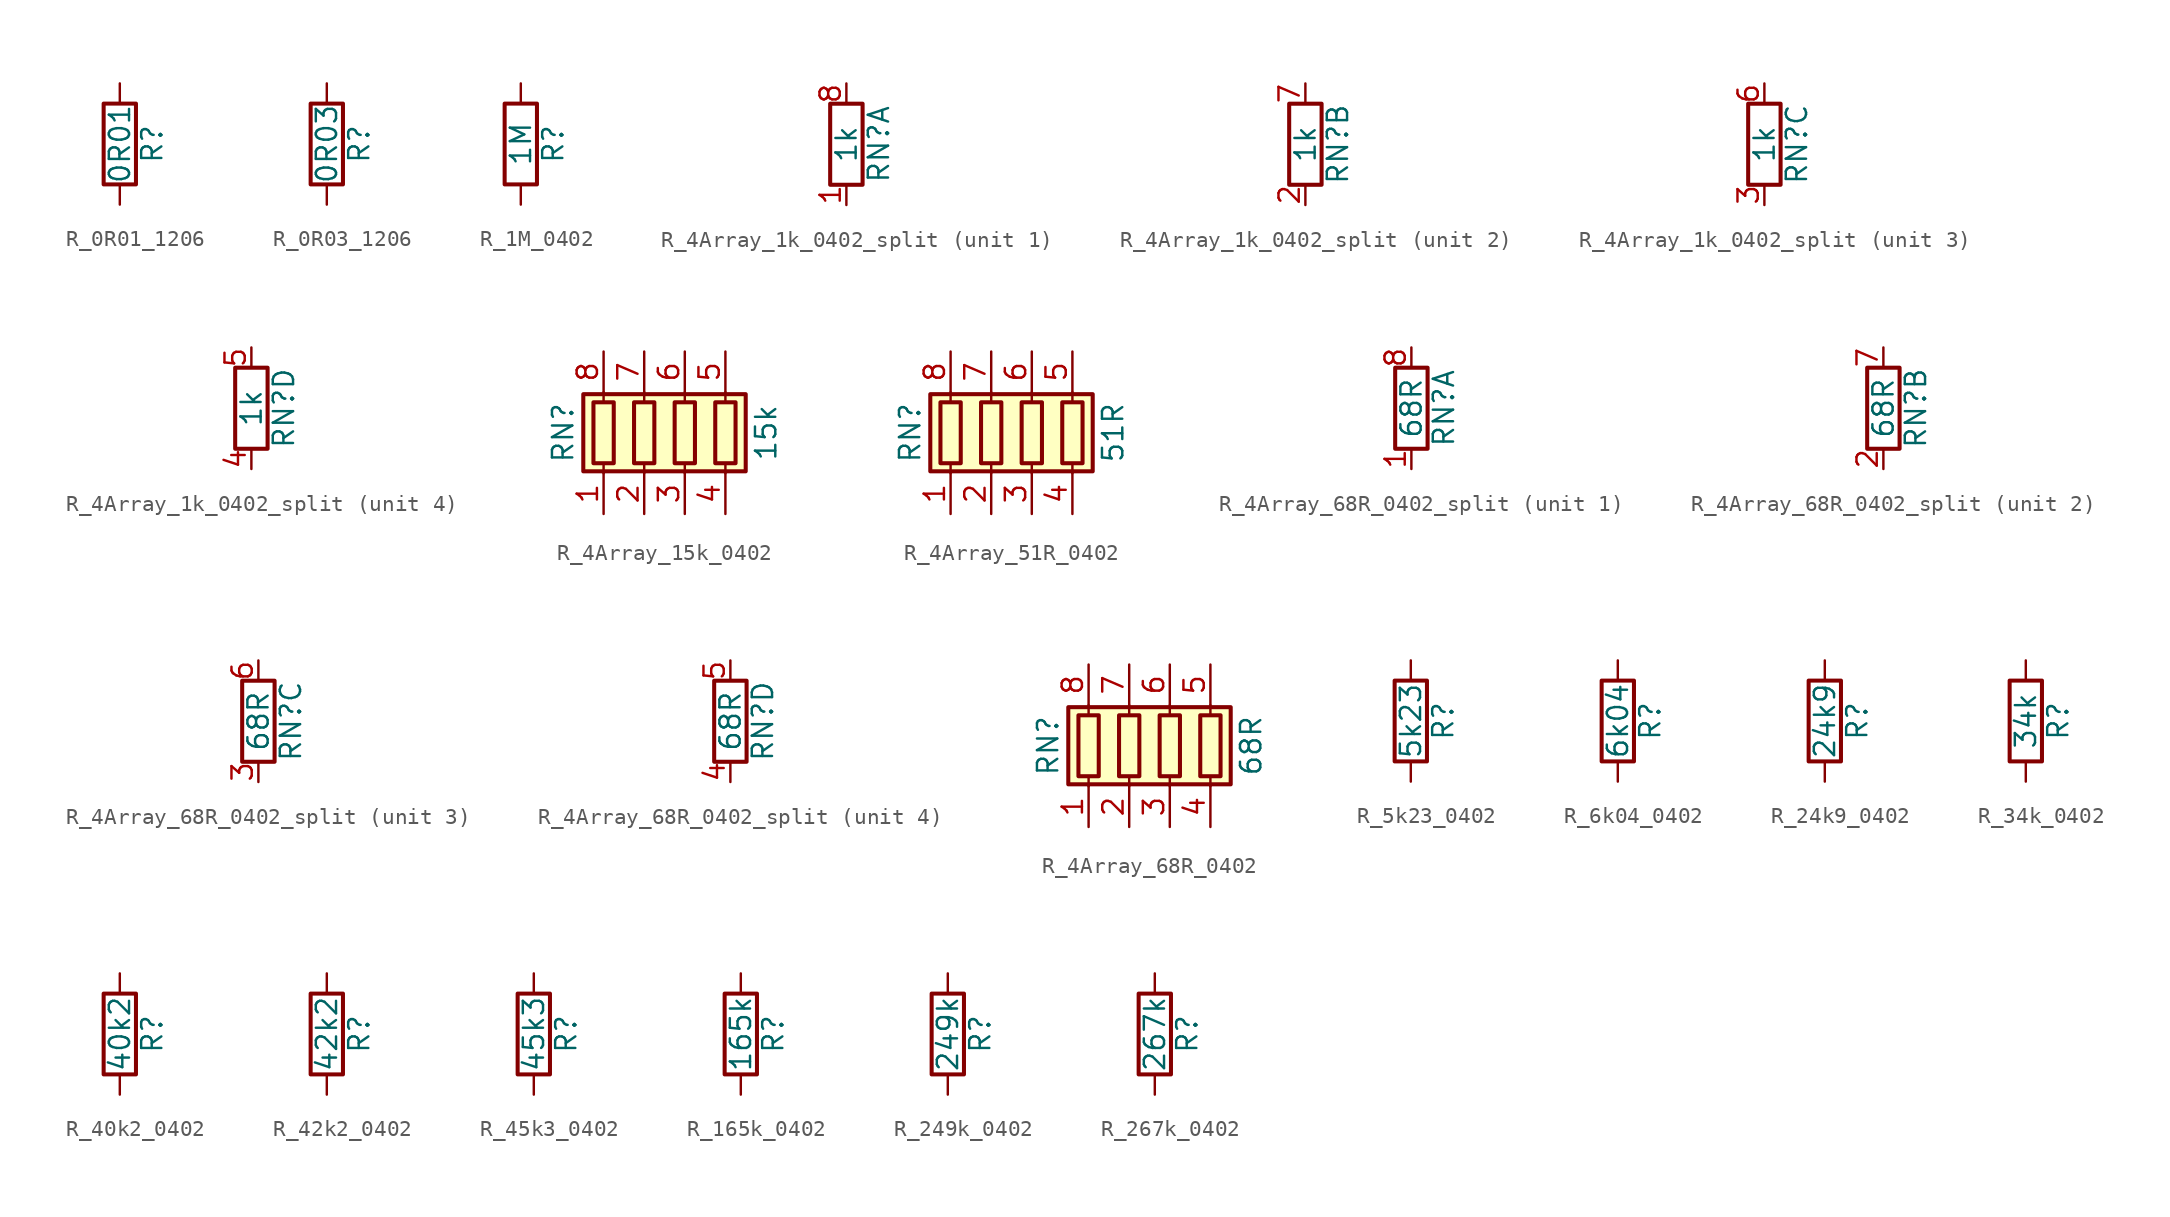
<source format=kicad_sym>
(kicad_symbol_lib
  (version 20220914)
  (generator kicad_symbol_editor)
  (symbol "R_0R01_1206"
    (pin_numbers hide)
    (pin_names
      (offset 0))
    (property "Reference" "R"
      (at 2.032 0 90)
      (effects (font (size 1.27 1.27))))
    (property "Value" "0R01"
      (at 0 0 90)
      (effects (font (size 1.27 1.27))))
    (symbol "R_0R01_1206_0_1"
      (rectangle (start -1.016 -2.54) (end 1.016 2.54) (stroke (width 0.254) (type default)) (fill (type none))))
    (symbol "R_0R01_1206_1_1"
      (pin passive line (at 0 3.81 270) (length 1.27) (name "~" (effects (font (size 1.27 1.27)))) (number "1" (effects (font (size 1.27 1.27)))))
      (pin passive line (at 0 -3.81 90) (length 1.27) (name "~" (effects (font (size 1.27 1.27)))) (number "2" (effects (font (size 1.27 1.27)))))))
  (symbol "R_0R03_1206"
    (pin_numbers hide)
    (pin_names
      (offset 0))
    (property "Reference" "R"
      (at 2.032 0 90)
      (effects (font (size 1.27 1.27))))
    (property "Value" "0R03"
      (at 0 0 90)
      (effects (font (size 1.27 1.27))))
    (symbol "R_0R03_1206_0_1"
      (rectangle (start -1.016 -2.54) (end 1.016 2.54) (stroke (width 0.254) (type default)) (fill (type none))))
    (symbol "R_0R03_1206_1_1"
      (pin passive line (at 0 3.81 270) (length 1.27) (name "~" (effects (font (size 1.27 1.27)))) (number "1" (effects (font (size 1.27 1.27)))))
      (pin passive line (at 0 -3.81 90) (length 1.27) (name "~" (effects (font (size 1.27 1.27)))) (number "2" (effects (font (size 1.27 1.27)))))))
  (symbol "R_1M_0402"
    (pin_numbers hide)
    (pin_names
      (offset 0))
    (property "Reference" "R"
      (at 2.032 0 90)
      (effects (font (size 1.27 1.27))))
    (property "Value" "1M"
      (at 0 0 90)
      (effects (font (size 1.27 1.27))))
    (symbol "R_1M_0402_0_1"
      (rectangle (start -1.016 -2.54) (end 1.016 2.54) (stroke (width 0.254) (type default)) (fill (type none))))
    (symbol "R_1M_0402_1_1"
      (pin passive line (at 0 3.81 270) (length 1.27) (name "~" (effects (font (size 1.27 1.27)))) (number "1" (effects (font (size 1.27 1.27)))))
      (pin passive line (at 0 -3.81 90) (length 1.27) (name "~" (effects (font (size 1.27 1.27)))) (number "2" (effects (font (size 1.27 1.27)))))))
  (symbol "R_4Array_1k_0402_split"
    (pin_names
      (offset 0) hide)
    (property "Reference" "RN"
      (at 2.032 0 90)
      (effects (font (size 1.27 1.27))))
    (property "Value" "1k"
      (at 0 0 90)
      (effects (font (size 1.27 1.27))))
    (symbol "R_4Array_1k_0402_split_0_1"
      (rectangle (start 1.016 2.54) (end -1.016 -2.54) (stroke (width 0.254) (type default)) (fill (type none))))
    (symbol "R_4Array_1k_0402_split_1_1"
      (pin passive line (at 0 -3.81 90) (length 1.27) (name "R1.1" (effects (font (size 1.27 1.27)))) (number "1" (effects (font (size 1.27 1.27)))))
      (pin passive line (at 0 3.81 270) (length 1.27) (name "R1.2" (effects (font (size 1.27 1.27)))) (number "8" (effects (font (size 1.27 1.27))))))
    (symbol "R_4Array_1k_0402_split_2_1"
      (pin passive line (at 0 -3.81 90) (length 1.27) (name "R2.1" (effects (font (size 1.27 1.27)))) (number "2" (effects (font (size 1.27 1.27)))))
      (pin passive line (at 0 3.81 270) (length 1.27) (name "R2.2" (effects (font (size 1.27 1.27)))) (number "7" (effects (font (size 1.27 1.27))))))
    (symbol "R_4Array_1k_0402_split_3_1"
      (pin passive line (at 0 -3.81 90) (length 1.27) (name "R3.1" (effects (font (size 1.27 1.27)))) (number "3" (effects (font (size 1.27 1.27)))))
      (pin passive line (at 0 3.81 270) (length 1.27) (name "R3.2" (effects (font (size 1.27 1.27)))) (number "6" (effects (font (size 1.27 1.27))))))
    (symbol "R_4Array_1k_0402_split_4_1"
      (pin passive line (at 0 -3.81 90) (length 1.27) (name "R4.1" (effects (font (size 1.27 1.27)))) (number "4" (effects (font (size 1.27 1.27)))))
      (pin passive line (at 0 3.81 270) (length 1.27) (name "R4.2" (effects (font (size 1.27 1.27)))) (number "5" (effects (font (size 1.27 1.27)))))))
  (symbol "R_4Array_15k_0402"
    (pin_names
      (offset 0) hide)
    (property "Reference" "RN"
      (at -7.62 0 90)
      (effects (font (size 1.27 1.27))))
    (property "Value" "15k"
      (at 5.08 0 90)
      (effects (font (size 1.27 1.27))))
    (symbol "R_4Array_15k_0402_0_1"
      (rectangle (start -6.35 -2.413) (end 3.81 2.413) (stroke (width 0.254) (type default)) (fill (type background)))
      (rectangle (start -5.715 1.905) (end -4.445 -1.905) (stroke (width 0.254) (type default)) (fill (type none)))
      (rectangle (start -3.175 1.905) (end -1.905 -1.905) (stroke (width 0.254) (type default)) (fill (type none)))
      (rectangle (start -0.635 1.905) (end 0.635 -1.905) (stroke (width 0.254) (type default)) (fill (type none)))
      (polyline (pts (xy -5.08 -2.54) (xy -5.08 -1.905)) (stroke (width 0) (type default)) (fill (type none)))
      (polyline (pts (xy -5.08 1.905) (xy -5.08 2.54)) (stroke (width 0) (type default)) (fill (type none)))
      (polyline (pts (xy -2.54 -2.54) (xy -2.54 -1.905)) (stroke (width 0) (type default)) (fill (type none)))
      (polyline (pts (xy -2.54 1.905) (xy -2.54 2.54)) (stroke (width 0) (type default)) (fill (type none)))
      (polyline (pts (xy 0 -2.54) (xy 0 -1.905)) (stroke (width 0) (type default)) (fill (type none)))
      (polyline (pts (xy 0 1.905) (xy 0 2.54)) (stroke (width 0) (type default)) (fill (type none)))
      (polyline (pts (xy 2.54 -2.54) (xy 2.54 -1.905)) (stroke (width 0) (type default)) (fill (type none)))
      (polyline (pts (xy 2.54 1.905) (xy 2.54 2.54)) (stroke (width 0) (type default)) (fill (type none)))
      (rectangle (start 1.905 1.905) (end 3.175 -1.905) (stroke (width 0.254) (type default)) (fill (type none))))
    (symbol "R_4Array_15k_0402_1_1"
      (pin passive line (at -5.08 -5.08 90) (length 2.54) (name "R1.1" (effects (font (size 1.27 1.27)))) (number "1" (effects (font (size 1.27 1.27)))))
      (pin passive line (at -2.54 -5.08 90) (length 2.54) (name "R2.1" (effects (font (size 1.27 1.27)))) (number "2" (effects (font (size 1.27 1.27)))))
      (pin passive line (at 0 -5.08 90) (length 2.54) (name "R3.1" (effects (font (size 1.27 1.27)))) (number "3" (effects (font (size 1.27 1.27)))))
      (pin passive line (at 2.54 -5.08 90) (length 2.54) (name "R4.1" (effects (font (size 1.27 1.27)))) (number "4" (effects (font (size 1.27 1.27)))))
      (pin passive line (at 2.54 5.08 270) (length 2.54) (name "R4.2" (effects (font (size 1.27 1.27)))) (number "5" (effects (font (size 1.27 1.27)))))
      (pin passive line (at 0 5.08 270) (length 2.54) (name "R3.2" (effects (font (size 1.27 1.27)))) (number "6" (effects (font (size 1.27 1.27)))))
      (pin passive line (at -2.54 5.08 270) (length 2.54) (name "R2.2" (effects (font (size 1.27 1.27)))) (number "7" (effects (font (size 1.27 1.27)))))
      (pin passive line (at -5.08 5.08 270) (length 2.54) (name "R1.2" (effects (font (size 1.27 1.27)))) (number "8" (effects (font (size 1.27 1.27)))))))
  (symbol "R_4Array_51R_0402"
    (pin_names
      (offset 0) hide)
    (property "Reference" "RN"
      (at -7.62 0 90)
      (effects (font (size 1.27 1.27))))
    (property "Value" "51R"
      (at 5.08 0 90)
      (effects (font (size 1.27 1.27))))
    (symbol "R_4Array_51R_0402_0_1"
      (rectangle (start -6.35 -2.413) (end 3.81 2.413) (stroke (width 0.254) (type default)) (fill (type background)))
      (rectangle (start -5.715 1.905) (end -4.445 -1.905) (stroke (width 0.254) (type default)) (fill (type none)))
      (rectangle (start -3.175 1.905) (end -1.905 -1.905) (stroke (width 0.254) (type default)) (fill (type none)))
      (rectangle (start -0.635 1.905) (end 0.635 -1.905) (stroke (width 0.254) (type default)) (fill (type none)))
      (polyline (pts (xy -5.08 -2.54) (xy -5.08 -1.905)) (stroke (width 0) (type default)) (fill (type none)))
      (polyline (pts (xy -5.08 1.905) (xy -5.08 2.54)) (stroke (width 0) (type default)) (fill (type none)))
      (polyline (pts (xy -2.54 -2.54) (xy -2.54 -1.905)) (stroke (width 0) (type default)) (fill (type none)))
      (polyline (pts (xy -2.54 1.905) (xy -2.54 2.54)) (stroke (width 0) (type default)) (fill (type none)))
      (polyline (pts (xy 0 -2.54) (xy 0 -1.905)) (stroke (width 0) (type default)) (fill (type none)))
      (polyline (pts (xy 0 1.905) (xy 0 2.54)) (stroke (width 0) (type default)) (fill (type none)))
      (polyline (pts (xy 2.54 -2.54) (xy 2.54 -1.905)) (stroke (width 0) (type default)) (fill (type none)))
      (polyline (pts (xy 2.54 1.905) (xy 2.54 2.54)) (stroke (width 0) (type default)) (fill (type none)))
      (rectangle (start 1.905 1.905) (end 3.175 -1.905) (stroke (width 0.254) (type default)) (fill (type none))))
    (symbol "R_4Array_51R_0402_1_1"
      (pin passive line (at -5.08 -5.08 90) (length 2.54) (name "R1.1" (effects (font (size 1.27 1.27)))) (number "1" (effects (font (size 1.27 1.27)))))
      (pin passive line (at -2.54 -5.08 90) (length 2.54) (name "R2.1" (effects (font (size 1.27 1.27)))) (number "2" (effects (font (size 1.27 1.27)))))
      (pin passive line (at 0 -5.08 90) (length 2.54) (name "R3.1" (effects (font (size 1.27 1.27)))) (number "3" (effects (font (size 1.27 1.27)))))
      (pin passive line (at 2.54 -5.08 90) (length 2.54) (name "R4.1" (effects (font (size 1.27 1.27)))) (number "4" (effects (font (size 1.27 1.27)))))
      (pin passive line (at 2.54 5.08 270) (length 2.54) (name "R4.2" (effects (font (size 1.27 1.27)))) (number "5" (effects (font (size 1.27 1.27)))))
      (pin passive line (at 0 5.08 270) (length 2.54) (name "R3.2" (effects (font (size 1.27 1.27)))) (number "6" (effects (font (size 1.27 1.27)))))
      (pin passive line (at -2.54 5.08 270) (length 2.54) (name "R2.2" (effects (font (size 1.27 1.27)))) (number "7" (effects (font (size 1.27 1.27)))))
      (pin passive line (at -5.08 5.08 270) (length 2.54) (name "R1.2" (effects (font (size 1.27 1.27)))) (number "8" (effects (font (size 1.27 1.27)))))))
  (symbol "R_4Array_68R_0402_split"
    (pin_names
      (offset 0) hide)
    (property "Reference" "RN"
      (at 2.032 0 90)
      (effects (font (size 1.27 1.27))))
    (property "Value" "68R"
      (at 0 0 90)
      (effects (font (size 1.27 1.27))))
    (symbol "R_4Array_68R_0402_split_0_1"
      (rectangle (start 1.016 2.54) (end -1.016 -2.54) (stroke (width 0.254) (type default)) (fill (type none))))
    (symbol "R_4Array_68R_0402_split_1_1"
      (pin passive line (at 0 -3.81 90) (length 1.27) (name "R1.1" (effects (font (size 1.27 1.27)))) (number "1" (effects (font (size 1.27 1.27)))))
      (pin passive line (at 0 3.81 270) (length 1.27) (name "R1.2" (effects (font (size 1.27 1.27)))) (number "8" (effects (font (size 1.27 1.27))))))
    (symbol "R_4Array_68R_0402_split_2_1"
      (pin passive line (at 0 -3.81 90) (length 1.27) (name "R2.1" (effects (font (size 1.27 1.27)))) (number "2" (effects (font (size 1.27 1.27)))))
      (pin passive line (at 0 3.81 270) (length 1.27) (name "R2.2" (effects (font (size 1.27 1.27)))) (number "7" (effects (font (size 1.27 1.27))))))
    (symbol "R_4Array_68R_0402_split_3_1"
      (pin passive line (at 0 -3.81 90) (length 1.27) (name "R3.1" (effects (font (size 1.27 1.27)))) (number "3" (effects (font (size 1.27 1.27)))))
      (pin passive line (at 0 3.81 270) (length 1.27) (name "R3.2" (effects (font (size 1.27 1.27)))) (number "6" (effects (font (size 1.27 1.27))))))
    (symbol "R_4Array_68R_0402_split_4_1"
      (pin passive line (at 0 -3.81 90) (length 1.27) (name "R4.1" (effects (font (size 1.27 1.27)))) (number "4" (effects (font (size 1.27 1.27)))))
      (pin passive line (at 0 3.81 270) (length 1.27) (name "R4.2" (effects (font (size 1.27 1.27)))) (number "5" (effects (font (size 1.27 1.27)))))))
  (symbol "R_4Array_68R_0402"
    (pin_names
      (offset 0) hide)
    (property "Reference" "RN"
      (at -7.62 0 90)
      (effects (font (size 1.27 1.27))))
    (property "Value" "68R"
      (at 5.08 0 90)
      (effects (font (size 1.27 1.27))))
    (symbol "R_4Array_68R_0402_0_1"
      (rectangle (start -6.35 -2.413) (end 3.81 2.413) (stroke (width 0.254) (type default)) (fill (type background)))
      (rectangle (start -5.715 1.905) (end -4.445 -1.905) (stroke (width 0.254) (type default)) (fill (type none)))
      (rectangle (start -3.175 1.905) (end -1.905 -1.905) (stroke (width 0.254) (type default)) (fill (type none)))
      (rectangle (start -0.635 1.905) (end 0.635 -1.905) (stroke (width 0.254) (type default)) (fill (type none)))
      (polyline (pts (xy -5.08 -2.54) (xy -5.08 -1.905)) (stroke (width 0) (type default)) (fill (type none)))
      (polyline (pts (xy -5.08 1.905) (xy -5.08 2.54)) (stroke (width 0) (type default)) (fill (type none)))
      (polyline (pts (xy -2.54 -2.54) (xy -2.54 -1.905)) (stroke (width 0) (type default)) (fill (type none)))
      (polyline (pts (xy -2.54 1.905) (xy -2.54 2.54)) (stroke (width 0) (type default)) (fill (type none)))
      (polyline (pts (xy 0 -2.54) (xy 0 -1.905)) (stroke (width 0) (type default)) (fill (type none)))
      (polyline (pts (xy 0 1.905) (xy 0 2.54)) (stroke (width 0) (type default)) (fill (type none)))
      (polyline (pts (xy 2.54 -2.54) (xy 2.54 -1.905)) (stroke (width 0) (type default)) (fill (type none)))
      (polyline (pts (xy 2.54 1.905) (xy 2.54 2.54)) (stroke (width 0) (type default)) (fill (type none)))
      (rectangle (start 1.905 1.905) (end 3.175 -1.905) (stroke (width 0.254) (type default)) (fill (type none))))
    (symbol "R_4Array_68R_0402_1_1"
      (pin passive line (at -5.08 -5.08 90) (length 2.54) (name "R1.1" (effects (font (size 1.27 1.27)))) (number "1" (effects (font (size 1.27 1.27)))))
      (pin passive line (at -2.54 -5.08 90) (length 2.54) (name "R2.1" (effects (font (size 1.27 1.27)))) (number "2" (effects (font (size 1.27 1.27)))))
      (pin passive line (at 0 -5.08 90) (length 2.54) (name "R3.1" (effects (font (size 1.27 1.27)))) (number "3" (effects (font (size 1.27 1.27)))))
      (pin passive line (at 2.54 -5.08 90) (length 2.54) (name "R4.1" (effects (font (size 1.27 1.27)))) (number "4" (effects (font (size 1.27 1.27)))))
      (pin passive line (at 2.54 5.08 270) (length 2.54) (name "R4.2" (effects (font (size 1.27 1.27)))) (number "5" (effects (font (size 1.27 1.27)))))
      (pin passive line (at 0 5.08 270) (length 2.54) (name "R3.2" (effects (font (size 1.27 1.27)))) (number "6" (effects (font (size 1.27 1.27)))))
      (pin passive line (at -2.54 5.08 270) (length 2.54) (name "R2.2" (effects (font (size 1.27 1.27)))) (number "7" (effects (font (size 1.27 1.27)))))
      (pin passive line (at -5.08 5.08 270) (length 2.54) (name "R1.2" (effects (font (size 1.27 1.27)))) (number "8" (effects (font (size 1.27 1.27)))))))
  (symbol "R_5k23_0402"
    (pin_numbers hide)
    (pin_names
      (offset 0))
    (property "Reference" "R"
      (at 2.032 0 90)
      (effects (font (size 1.27 1.27))))
    (property "Value" "5k23"
      (at 0 0 90)
      (effects (font (size 1.27 1.27))))
    (symbol "R_5k23_0402_0_1"
      (rectangle (start -1.016 -2.54) (end 1.016 2.54) (stroke (width 0.254) (type default)) (fill (type none))))
    (symbol "R_5k23_0402_1_1"
      (pin passive line (at 0 3.81 270) (length 1.27) (name "~" (effects (font (size 1.27 1.27)))) (number "1" (effects (font (size 1.27 1.27)))))
      (pin passive line (at 0 -3.81 90) (length 1.27) (name "~" (effects (font (size 1.27 1.27)))) (number "2" (effects (font (size 1.27 1.27)))))))
  (symbol "R_6k04_0402"
    (pin_numbers hide)
    (pin_names
      (offset 0))
    (property "Reference" "R"
      (at 2.032 0 90)
      (effects (font (size 1.27 1.27))))
    (property "Value" "6k04"
      (at 0 0 90)
      (effects (font (size 1.27 1.27))))
    (symbol "R_6k04_0402_0_1"
      (rectangle (start -1.016 -2.54) (end 1.016 2.54) (stroke (width 0.254) (type default)) (fill (type none))))
    (symbol "R_6k04_0402_1_1"
      (pin passive line (at 0 3.81 270) (length 1.27) (name "~" (effects (font (size 1.27 1.27)))) (number "1" (effects (font (size 1.27 1.27)))))
      (pin passive line (at 0 -3.81 90) (length 1.27) (name "~" (effects (font (size 1.27 1.27)))) (number "2" (effects (font (size 1.27 1.27)))))))
  (symbol "R_24k9_0402"
    (pin_numbers hide)
    (pin_names
      (offset 0))
    (property "Reference" "R"
      (at 2.032 0 90)
      (effects (font (size 1.27 1.27))))
    (property "Value" "24k9"
      (at 0 0 90)
      (effects (font (size 1.27 1.27))))
    (symbol "R_24k9_0402_0_1"
      (rectangle (start -1.016 -2.54) (end 1.016 2.54) (stroke (width 0.254) (type default)) (fill (type none))))
    (symbol "R_24k9_0402_1_1"
      (pin passive line (at 0 3.81 270) (length 1.27) (name "~" (effects (font (size 1.27 1.27)))) (number "1" (effects (font (size 1.27 1.27)))))
      (pin passive line (at 0 -3.81 90) (length 1.27) (name "~" (effects (font (size 1.27 1.27)))) (number "2" (effects (font (size 1.27 1.27)))))))
  (symbol "R_34k_0402"
    (pin_numbers hide)
    (pin_names
      (offset 0))
    (property "Reference" "R"
      (at 2.032 0 90)
      (effects (font (size 1.27 1.27))))
    (property "Value" "34k"
      (at 0 0 90)
      (effects (font (size 1.27 1.27))))
    (symbol "R_34k_0402_0_1"
      (rectangle (start -1.016 -2.54) (end 1.016 2.54) (stroke (width 0.254) (type default)) (fill (type none))))
    (symbol "R_34k_0402_1_1"
      (pin passive line (at 0 3.81 270) (length 1.27) (name "~" (effects (font (size 1.27 1.27)))) (number "1" (effects (font (size 1.27 1.27)))))
      (pin passive line (at 0 -3.81 90) (length 1.27) (name "~" (effects (font (size 1.27 1.27)))) (number "2" (effects (font (size 1.27 1.27)))))))
  (symbol "R_40k2_0402"
    (pin_numbers hide)
    (pin_names
      (offset 0))
    (property "Reference" "R"
      (at 2.032 0 90)
      (effects (font (size 1.27 1.27))))
    (property "Value" "40k2"
      (at 0 0 90)
      (effects (font (size 1.27 1.27))))
    (symbol "R_40k2_0402_0_1"
      (rectangle (start -1.016 -2.54) (end 1.016 2.54) (stroke (width 0.254) (type default)) (fill (type none))))
    (symbol "R_40k2_0402_1_1"
      (pin passive line (at 0 3.81 270) (length 1.27) (name "~" (effects (font (size 1.27 1.27)))) (number "1" (effects (font (size 1.27 1.27)))))
      (pin passive line (at 0 -3.81 90) (length 1.27) (name "~" (effects (font (size 1.27 1.27)))) (number "2" (effects (font (size 1.27 1.27)))))))
  (symbol "R_42k2_0402"
    (pin_numbers hide)
    (pin_names
      (offset 0))
    (property "Reference" "R"
      (at 2.032 0 90)
      (effects (font (size 1.27 1.27))))
    (property "Value" "42k2"
      (at 0 0 90)
      (effects (font (size 1.27 1.27))))
    (symbol "R_42k2_0402_0_1"
      (rectangle (start -1.016 -2.54) (end 1.016 2.54) (stroke (width 0.254) (type default)) (fill (type none))))
    (symbol "R_42k2_0402_1_1"
      (pin passive line (at 0 3.81 270) (length 1.27) (name "~" (effects (font (size 1.27 1.27)))) (number "1" (effects (font (size 1.27 1.27)))))
      (pin passive line (at 0 -3.81 90) (length 1.27) (name "~" (effects (font (size 1.27 1.27)))) (number "2" (effects (font (size 1.27 1.27)))))))
  (symbol "R_45k3_0402"
    (pin_numbers hide)
    (pin_names
      (offset 0))
    (property "Reference" "R"
      (at 2.032 0 90)
      (effects (font (size 1.27 1.27))))
    (property "Value" "45k3"
      (at 0 0 90)
      (effects (font (size 1.27 1.27))))
    (symbol "R_45k3_0402_0_1"
      (rectangle (start -1.016 -2.54) (end 1.016 2.54) (stroke (width 0.254) (type default)) (fill (type none))))
    (symbol "R_45k3_0402_1_1"
      (pin passive line (at 0 3.81 270) (length 1.27) (name "~" (effects (font (size 1.27 1.27)))) (number "1" (effects (font (size 1.27 1.27)))))
      (pin passive line (at 0 -3.81 90) (length 1.27) (name "~" (effects (font (size 1.27 1.27)))) (number "2" (effects (font (size 1.27 1.27)))))))
  (symbol "R_165k_0402"
    (pin_numbers hide)
    (pin_names
      (offset 0))
    (property "Reference" "R"
      (at 2.032 0 90)
      (effects (font (size 1.27 1.27))))
    (property "Value" "165k"
      (at 0 0 90)
      (effects (font (size 1.27 1.27))))
    (symbol "R_165k_0402_0_1"
      (rectangle (start -1.016 -2.54) (end 1.016 2.54) (stroke (width 0.254) (type default)) (fill (type none))))
    (symbol "R_165k_0402_1_1"
      (pin passive line (at 0 3.81 270) (length 1.27) (name "~" (effects (font (size 1.27 1.27)))) (number "1" (effects (font (size 1.27 1.27)))))
      (pin passive line (at 0 -3.81 90) (length 1.27) (name "~" (effects (font (size 1.27 1.27)))) (number "2" (effects (font (size 1.27 1.27)))))))
  (symbol "R_249k_0402"
    (pin_numbers hide)
    (pin_names
      (offset 0))
    (property "Reference" "R"
      (at 2.032 0 90)
      (effects (font (size 1.27 1.27))))
    (property "Value" "249k"
      (at 0 0 90)
      (effects (font (size 1.27 1.27))))
    (symbol "R_249k_0402_0_1"
      (rectangle (start -1.016 -2.54) (end 1.016 2.54) (stroke (width 0.254) (type default)) (fill (type none))))
    (symbol "R_249k_0402_1_1"
      (pin passive line (at 0 3.81 270) (length 1.27) (name "~" (effects (font (size 1.27 1.27)))) (number "1" (effects (font (size 1.27 1.27)))))
      (pin passive line (at 0 -3.81 90) (length 1.27) (name "~" (effects (font (size 1.27 1.27)))) (number "2" (effects (font (size 1.27 1.27)))))))
  (symbol "R_267k_0402"
    (pin_numbers hide)
    (pin_names
      (offset 0))
    (property "Reference" "R"
      (at 2.032 0 90)
      (effects (font (size 1.27 1.27))))
    (property "Value" "267k"
      (at 0 0 90)
      (effects (font (size 1.27 1.27))))
    (symbol "R_267k_0402_0_1"
      (rectangle (start -1.016 -2.54) (end 1.016 2.54) (stroke (width 0.254) (type default)) (fill (type none))))
    (symbol "R_267k_0402_1_1"
      (pin passive line (at 0 3.81 270) (length 1.27) (name "~" (effects (font (size 1.27 1.27)))) (number "1" (effects (font (size 1.27 1.27)))))
      (pin passive line (at 0 -3.81 90) (length 1.27) (name "~" (effects (font (size 1.27 1.27)))) (number "2" (effects (font (size 1.27 1.27))))))))
</source>
